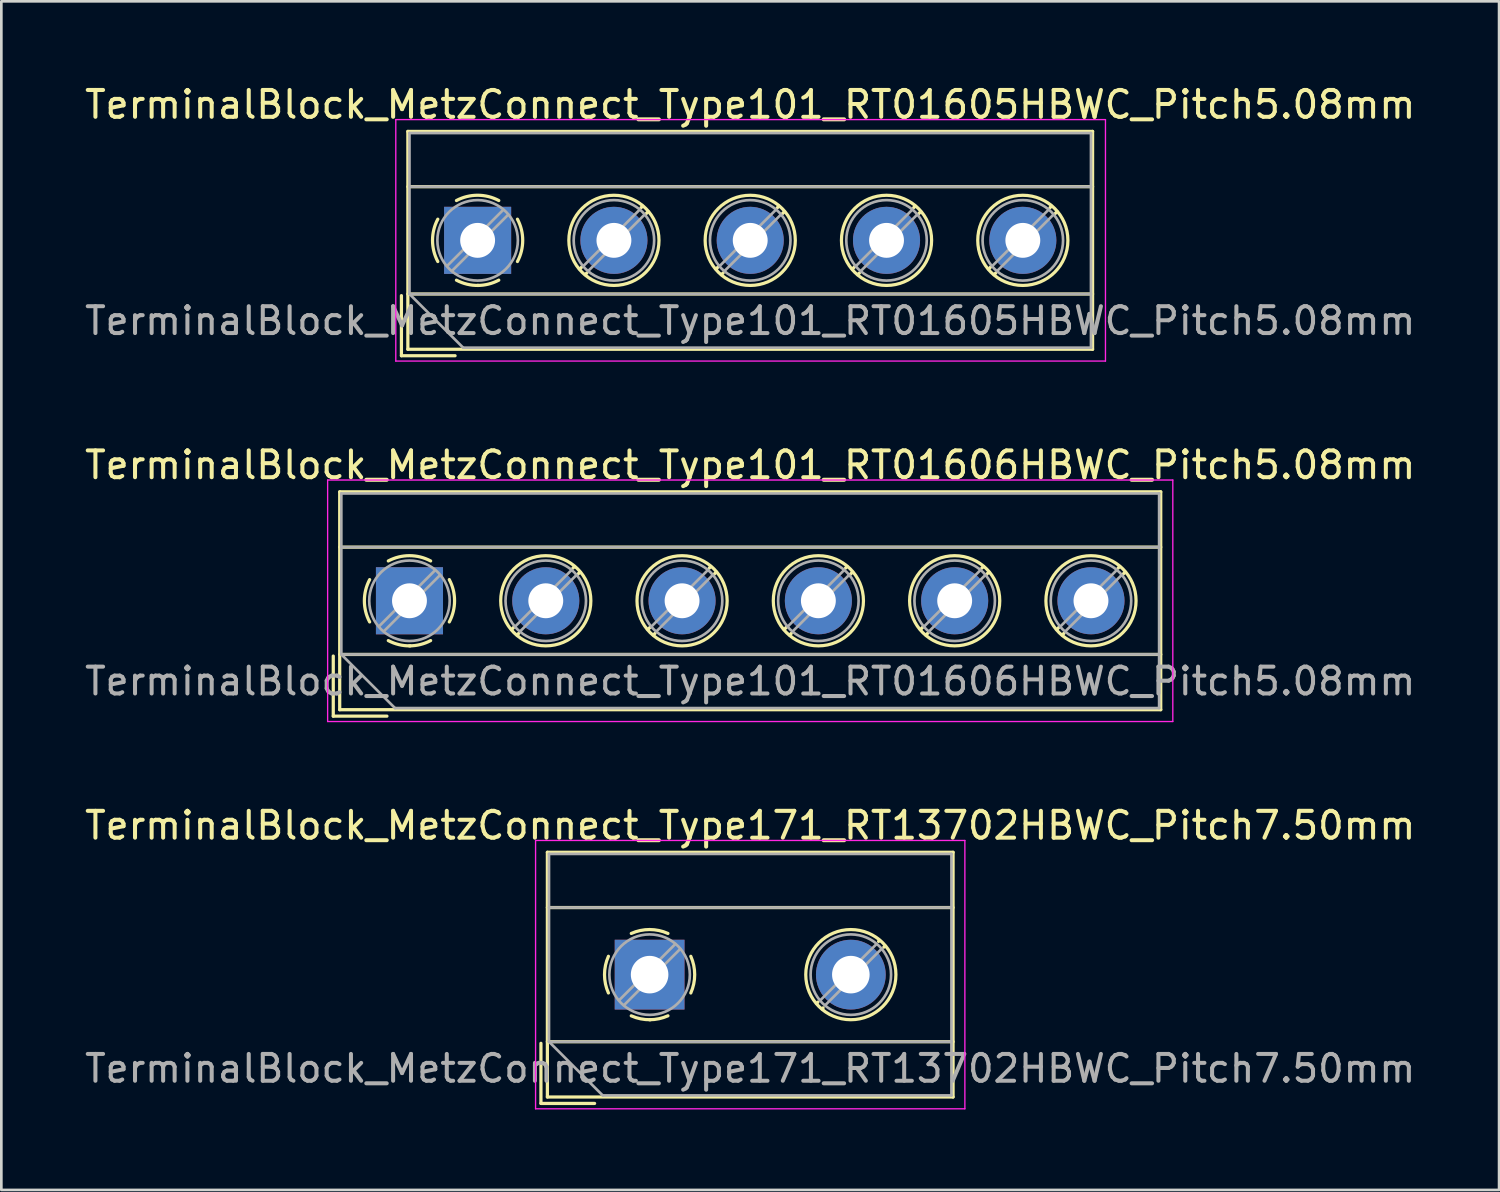
<source format=kicad_pcb>
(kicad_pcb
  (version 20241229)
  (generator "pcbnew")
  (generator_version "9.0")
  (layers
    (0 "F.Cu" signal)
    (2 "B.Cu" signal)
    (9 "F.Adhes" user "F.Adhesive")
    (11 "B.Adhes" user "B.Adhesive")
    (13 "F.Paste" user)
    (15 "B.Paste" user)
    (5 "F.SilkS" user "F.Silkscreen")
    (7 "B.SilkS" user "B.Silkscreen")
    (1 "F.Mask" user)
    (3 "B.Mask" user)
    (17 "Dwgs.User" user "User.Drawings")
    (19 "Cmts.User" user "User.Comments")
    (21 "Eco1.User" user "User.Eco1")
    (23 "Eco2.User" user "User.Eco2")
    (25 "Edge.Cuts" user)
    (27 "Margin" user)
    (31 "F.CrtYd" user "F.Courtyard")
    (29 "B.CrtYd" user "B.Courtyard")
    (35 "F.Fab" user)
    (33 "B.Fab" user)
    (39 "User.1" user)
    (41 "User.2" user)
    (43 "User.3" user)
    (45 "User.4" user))
  (footprint "TerminalBlock_MetzConnect_Type171_RT13702HBWC_Pitch7.50mm"
    (layer "F.Cu")
    (at 21.161 33.275)
    (property "Reference" "TerminalBlock_MetzConnect_Type171_RT13702HBWC_Pitch7.50mm" (at 3.75 -5.56 0) (layer "F.SilkS") (effects (font (size 1 1) (thickness 0.15))))
    (attr through_hole)
    (fp_line (start -4.05 2.56) (end -4.05 4.8) (stroke (width 0.12) (type solid)) (layer "F.SilkS"))
    (fp_line (start -4.05 4.8) (end -2.05 4.8) (stroke (width 0.12) (type solid)) (layer "F.SilkS"))
    (fp_line (start -3.81 -4.56) (end -3.81 4.56) (stroke (width 0.12) (type solid)) (layer "F.SilkS"))
    (fp_line (start -3.81 -2.5) (end 11.31 -2.5) (stroke (width 0.12) (type solid)) (layer "F.SilkS"))
    (fp_line (start -3.81 2.5) (end 11.31 2.5) (stroke (width 0.12) (type solid)) (layer "F.SilkS"))
    (fp_line (start -3.81 4.56) (end 11.31 4.56) (stroke (width 0.12) (type solid)) (layer "F.SilkS"))
    (fp_line (start 6.273 1.023) (end 6.226 1.069) (stroke (width 0.12) (type solid)) (layer "F.SilkS"))
    (fp_line (start 6.466 1.239) (end 6.431 1.274) (stroke (width 0.12) (type solid)) (layer "F.SilkS"))
    (fp_line (start 8.57 -1.275) (end 8.535 -1.239) (stroke (width 0.12) (type solid)) (layer "F.SilkS"))
    (fp_line (start 8.775 -1.069) (end 8.728 -1.023) (stroke (width 0.12) (type solid)) (layer "F.SilkS"))
    (fp_line (start 11.31 -4.56) (end -3.81 -4.56) (stroke (width 0.12) (type solid)) (layer "F.SilkS"))
    (fp_line (start 11.31 4.56) (end 11.31 -4.56) (stroke (width 0.12) (type solid)) (layer "F.SilkS"))
    (fp_arc (start -1.535427 0.683042) (mid -1.680501 -0.000524) (end -1.535 -0.684) (stroke (width 0.12) (type solid)) (layer "F.SilkS"))
    (fp_arc (start -0.683042 -1.535427) (mid 0.000524 -1.680501) (end 0.684 -1.535) (stroke (width 0.12) (type solid)) (layer "F.SilkS"))
    (fp_arc (start 0.028805 1.680253) (mid -0.335551 1.646659) (end -0.684 1.535) (stroke (width 0.12) (type solid)) (layer "F.SilkS"))
    (fp_arc (start 0.683318 1.534756) (mid 0.349292 1.643288) (end 0 1.68) (stroke (width 0.12) (type solid)) (layer "F.SilkS"))
    (fp_arc (start 1.535427 -0.683042) (mid 1.680501 0.000524) (end 1.535 0.684) (stroke (width 0.12) (type solid)) (layer "F.SilkS"))
    (fp_circle (center 7.5 0) (end 9.18 0) (stroke (width 0.12) (type solid)) (fill no) (layer "F.SilkS"))
    (fp_line (start -4.25 -5) (end -4.25 5) (stroke (width 0.05) (type solid)) (layer "F.CrtYd"))
    (fp_line (start -4.25 5) (end 11.75 5) (stroke (width 0.05) (type solid)) (layer "F.CrtYd"))
    (fp_line (start 11.75 -5) (end -4.25 -5) (stroke (width 0.05) (type solid)) (layer "F.CrtYd"))
    (fp_line (start 11.75 5) (end 11.75 -5) (stroke (width 0.05) (type solid)) (layer "F.CrtYd"))
    (fp_line (start -3.75 -4.5) (end 11.25 -4.5) (stroke (width 0.1) (type solid)) (layer "F.Fab"))
    (fp_line (start -3.75 -2.5) (end 11.25 -2.5) (stroke (width 0.1) (type solid)) (layer "F.Fab"))
    (fp_line (start -3.75 2.5) (end -3.75 -4.5) (stroke (width 0.1) (type solid)) (layer "F.Fab"))
    (fp_line (start -3.75 2.5) (end 11.25 2.5) (stroke (width 0.1) (type solid)) (layer "F.Fab"))
    (fp_line (start -1.75 4.5) (end -3.75 2.5) (stroke (width 0.1) (type solid)) (layer "F.Fab"))
    (fp_line (start 0.955 -1.138) (end -1.138 0.955) (stroke (width 0.1) (type solid)) (layer "F.Fab"))
    (fp_line (start 1.138 -0.955) (end -0.955 1.138) (stroke (width 0.1) (type solid)) (layer "F.Fab"))
    (fp_line (start 8.455 -1.138) (end 6.363 0.955) (stroke (width 0.1) (type solid)) (layer "F.Fab"))
    (fp_line (start 8.638 -0.955) (end 6.546 1.138) (stroke (width 0.1) (type solid)) (layer "F.Fab"))
    (fp_line (start 11.25 -4.5) (end 11.25 4.5) (stroke (width 0.1) (type solid)) (layer "F.Fab"))
    (fp_line (start 11.25 4.5) (end -1.75 4.5) (stroke (width 0.1) (type solid)) (layer "F.Fab"))
    (fp_circle (center 0 0) (end 1.5 0) (stroke (width 0.1) (type solid)) (fill no) (layer "F.Fab"))
    (fp_circle (center 7.5 0) (end 9 0) (stroke (width 0.1) (type solid)) (fill no) (layer "F.Fab"))
    (fp_text user "${REFERENCE}" (at 3.75 3.5 0) (layer "F.Fab") (effects (font (size 1 1) (thickness 0.15))))
    (pad "1" thru_hole rect (at 0 0) (size 2.6 2.6) (drill 1.4) (layers "*.Cu" "*.Mask"))
    (pad "2" thru_hole circle (at 7.5 0) (size 2.6 2.6) (drill 1.4) (layers "*.Cu" "*.Mask")))
  (footprint "TerminalBlock_MetzConnect_Type101_RT01605HBWC_Pitch5.08mm"
    (layer "F.Cu")
    (at 14.751 5.908)
    (property "Reference" "TerminalBlock_MetzConnect_Type101_RT01605HBWC_Pitch5.08mm" (at 10.16 -5.06 0) (layer "F.SilkS") (effects (font (size 1 1) (thickness 0.15))))
    (attr through_hole)
    (fp_line (start -2.84 2.06) (end -2.84 4.3) (stroke (width 0.12) (type solid)) (layer "F.SilkS"))
    (fp_line (start -2.84 4.3) (end -0.84 4.3) (stroke (width 0.12) (type solid)) (layer "F.SilkS"))
    (fp_line (start -2.6 -4.06) (end -2.6 4.06) (stroke (width 0.12) (type solid)) (layer "F.SilkS"))
    (fp_line (start -2.6 -2) (end 22.92 -2) (stroke (width 0.12) (type solid)) (layer "F.SilkS"))
    (fp_line (start -2.6 2) (end 22.92 2) (stroke (width 0.12) (type solid)) (layer "F.SilkS"))
    (fp_line (start -2.6 4.06) (end 22.92 4.06) (stroke (width 0.12) (type solid)) (layer "F.SilkS"))
    (fp_line (start 3.9 0.976) (end 3.806 1.069) (stroke (width 0.12) (type solid)) (layer "F.SilkS"))
    (fp_line (start 4.07 1.216) (end 4.011 1.274) (stroke (width 0.12) (type solid)) (layer "F.SilkS"))
    (fp_line (start 6.15 -1.275) (end 6.091 -1.216) (stroke (width 0.12) (type solid)) (layer "F.SilkS"))
    (fp_line (start 6.355 -1.069) (end 6.261 -0.976) (stroke (width 0.12) (type solid)) (layer "F.SilkS"))
    (fp_line (start 8.98 0.976) (end 8.886 1.069) (stroke (width 0.12) (type solid)) (layer "F.SilkS"))
    (fp_line (start 9.15 1.216) (end 9.091 1.274) (stroke (width 0.12) (type solid)) (layer "F.SilkS"))
    (fp_line (start 11.23 -1.275) (end 11.171 -1.216) (stroke (width 0.12) (type solid)) (layer "F.SilkS"))
    (fp_line (start 11.435 -1.069) (end 11.341 -0.976) (stroke (width 0.12) (type solid)) (layer "F.SilkS"))
    (fp_line (start 14.06 0.976) (end 13.966 1.069) (stroke (width 0.12) (type solid)) (layer "F.SilkS"))
    (fp_line (start 14.23 1.216) (end 14.171 1.274) (stroke (width 0.12) (type solid)) (layer "F.SilkS"))
    (fp_line (start 16.31 -1.275) (end 16.251 -1.216) (stroke (width 0.12) (type solid)) (layer "F.SilkS"))
    (fp_line (start 16.515 -1.069) (end 16.421 -0.976) (stroke (width 0.12) (type solid)) (layer "F.SilkS"))
    (fp_line (start 19.14 0.976) (end 19.046 1.069) (stroke (width 0.12) (type solid)) (layer "F.SilkS"))
    (fp_line (start 19.31 1.216) (end 19.251 1.274) (stroke (width 0.12) (type solid)) (layer "F.SilkS"))
    (fp_line (start 21.39 -1.275) (end 21.331 -1.216) (stroke (width 0.12) (type solid)) (layer "F.SilkS"))
    (fp_line (start 21.595 -1.069) (end 21.501 -0.976) (stroke (width 0.12) (type solid)) (layer "F.SilkS"))
    (fp_line (start 22.92 -4.06) (end -2.6 -4.06) (stroke (width 0.12) (type solid)) (layer "F.SilkS"))
    (fp_line (start 22.92 4.06) (end 22.92 -4.06) (stroke (width 0.12) (type solid)) (layer "F.SilkS"))
    (fp_arc (start -1.483953 0.789089) (mid -1.680708 0.00005) (end -1.484 -0.789) (stroke (width 0.12) (type solid)) (layer "F.SilkS"))
    (fp_arc (start -0.789089 -1.483953) (mid -0.00005 -1.680708) (end 0.789 -1.484) (stroke (width 0.12) (type solid)) (layer "F.SilkS"))
    (fp_arc (start 0.029383 1.68045) (mid -0.392304 1.634281) (end -0.789 1.484) (stroke (width 0.12) (type solid)) (layer "F.SilkS"))
    (fp_arc (start 0.788712 1.483352) (mid 0.406429 1.630097) (end 0 1.68) (stroke (width 0.12) (type solid)) (layer "F.SilkS"))
    (fp_arc (start 1.483953 -0.789089) (mid 1.680708 -0.00005) (end 1.484 0.789) (stroke (width 0.12) (type solid)) (layer "F.SilkS"))
    (fp_circle (center 5.08 0) (end 6.76 0) (stroke (width 0.12) (type solid)) (fill no) (layer "F.SilkS"))
    (fp_circle (center 10.16 0) (end 11.84 0) (stroke (width 0.12) (type solid)) (fill no) (layer "F.SilkS"))
    (fp_circle (center 15.24 0) (end 16.92 0) (stroke (width 0.12) (type solid)) (fill no) (layer "F.SilkS"))
    (fp_circle (center 20.32 0) (end 22 0) (stroke (width 0.12) (type solid)) (fill no) (layer "F.SilkS"))
    (fp_line (start -3.05 -4.5) (end -3.05 4.5) (stroke (width 0.05) (type solid)) (layer "F.CrtYd"))
    (fp_line (start -3.05 4.5) (end 23.4 4.5) (stroke (width 0.05) (type solid)) (layer "F.CrtYd"))
    (fp_line (start 23.4 -4.5) (end -3.05 -4.5) (stroke (width 0.05) (type solid)) (layer "F.CrtYd"))
    (fp_line (start 23.4 4.5) (end 23.4 -4.5) (stroke (width 0.05) (type solid)) (layer "F.CrtYd"))
    (fp_line (start -2.54 -4) (end 22.86 -4) (stroke (width 0.1) (type solid)) (layer "F.Fab"))
    (fp_line (start -2.54 -2) (end 22.86 -2) (stroke (width 0.1) (type solid)) (layer "F.Fab"))
    (fp_line (start -2.54 2) (end -2.54 -4) (stroke (width 0.1) (type solid)) (layer "F.Fab"))
    (fp_line (start -2.54 2) (end 22.86 2) (stroke (width 0.1) (type solid)) (layer "F.Fab"))
    (fp_line (start -0.54 4) (end -2.54 2) (stroke (width 0.1) (type solid)) (layer "F.Fab"))
    (fp_line (start 0.955 -1.138) (end -1.138 0.955) (stroke (width 0.1) (type solid)) (layer "F.Fab"))
    (fp_line (start 1.138 -0.955) (end -0.955 1.138) (stroke (width 0.1) (type solid)) (layer "F.Fab"))
    (fp_line (start 6.035 -1.138) (end 3.943 0.955) (stroke (width 0.1) (type solid)) (layer "F.Fab"))
    (fp_line (start 6.218 -0.955) (end 4.126 1.138) (stroke (width 0.1) (type solid)) (layer "F.Fab"))
    (fp_line (start 11.115 -1.138) (end 9.023 0.955) (stroke (width 0.1) (type solid)) (layer "F.Fab"))
    (fp_line (start 11.298 -0.955) (end 9.206 1.138) (stroke (width 0.1) (type solid)) (layer "F.Fab"))
    (fp_line (start 16.195 -1.138) (end 14.103 0.955) (stroke (width 0.1) (type solid)) (layer "F.Fab"))
    (fp_line (start 16.378 -0.955) (end 14.286 1.138) (stroke (width 0.1) (type solid)) (layer "F.Fab"))
    (fp_line (start 21.275 -1.138) (end 19.183 0.955) (stroke (width 0.1) (type solid)) (layer "F.Fab"))
    (fp_line (start 21.458 -0.955) (end 19.366 1.138) (stroke (width 0.1) (type solid)) (layer "F.Fab"))
    (fp_line (start 22.86 -4) (end 22.86 4) (stroke (width 0.1) (type solid)) (layer "F.Fab"))
    (fp_line (start 22.86 4) (end -0.54 4) (stroke (width 0.1) (type solid)) (layer "F.Fab"))
    (fp_circle (center 0 0) (end 1.5 0) (stroke (width 0.1) (type solid)) (fill no) (layer "F.Fab"))
    (fp_circle (center 5.08 0) (end 6.58 0) (stroke (width 0.1) (type solid)) (fill no) (layer "F.Fab"))
    (fp_circle (center 10.16 0) (end 11.66 0) (stroke (width 0.1) (type solid)) (fill no) (layer "F.Fab"))
    (fp_circle (center 15.24 0) (end 16.74 0) (stroke (width 0.1) (type solid)) (fill no) (layer "F.Fab"))
    (fp_circle (center 20.32 0) (end 21.82 0) (stroke (width 0.1) (type solid)) (fill no) (layer "F.Fab"))
    (fp_text user "${REFERENCE}" (at 10.16 3 0) (layer "F.Fab") (effects (font (size 1 1) (thickness 0.15))))
    (pad "1" thru_hole rect (at 0 0) (size 2.5 2.5) (drill 1.3) (layers "*.Cu" "*.Mask"))
    (pad "2" thru_hole circle (at 5.08 0) (size 2.5 2.5) (drill 1.3) (layers "*.Cu" "*.Mask"))
    (pad "3" thru_hole circle (at 10.16 0) (size 2.5 2.5) (drill 1.3) (layers "*.Cu" "*.Mask"))
    (pad "4" thru_hole circle (at 15.24 0) (size 2.5 2.5) (drill 1.3) (layers "*.Cu" "*.Mask"))
    (pad "5" thru_hole circle (at 20.32 0) (size 2.5 2.5) (drill 1.3) (layers "*.Cu" "*.Mask")))
  (footprint "TerminalBlock_MetzConnect_Type101_RT01606HBWC_Pitch5.08mm"
    (layer "F.Cu")
    (at 12.211 19.341)
    (property "Reference" "TerminalBlock_MetzConnect_Type101_RT01606HBWC_Pitch5.08mm" (at 12.7 -5.06 0) (layer "F.SilkS") (effects (font (size 1 1) (thickness 0.15))))
    (attr through_hole)
    (fp_line (start -2.84 2.06) (end -2.84 4.3) (stroke (width 0.12) (type solid)) (layer "F.SilkS"))
    (fp_line (start -2.84 4.3) (end -0.84 4.3) (stroke (width 0.12) (type solid)) (layer "F.SilkS"))
    (fp_line (start -2.6 -4.06) (end -2.6 4.06) (stroke (width 0.12) (type solid)) (layer "F.SilkS"))
    (fp_line (start -2.6 -2) (end 28 -2) (stroke (width 0.12) (type solid)) (layer "F.SilkS"))
    (fp_line (start -2.6 2) (end 28 2) (stroke (width 0.12) (type solid)) (layer "F.SilkS"))
    (fp_line (start -2.6 4.06) (end 28 4.06) (stroke (width 0.12) (type solid)) (layer "F.SilkS"))
    (fp_line (start 3.9 0.976) (end 3.806 1.069) (stroke (width 0.12) (type solid)) (layer "F.SilkS"))
    (fp_line (start 4.07 1.216) (end 4.011 1.274) (stroke (width 0.12) (type solid)) (layer "F.SilkS"))
    (fp_line (start 6.15 -1.275) (end 6.091 -1.216) (stroke (width 0.12) (type solid)) (layer "F.SilkS"))
    (fp_line (start 6.355 -1.069) (end 6.261 -0.976) (stroke (width 0.12) (type solid)) (layer "F.SilkS"))
    (fp_line (start 8.98 0.976) (end 8.886 1.069) (stroke (width 0.12) (type solid)) (layer "F.SilkS"))
    (fp_line (start 9.15 1.216) (end 9.091 1.274) (stroke (width 0.12) (type solid)) (layer "F.SilkS"))
    (fp_line (start 11.23 -1.275) (end 11.171 -1.216) (stroke (width 0.12) (type solid)) (layer "F.SilkS"))
    (fp_line (start 11.435 -1.069) (end 11.341 -0.976) (stroke (width 0.12) (type solid)) (layer "F.SilkS"))
    (fp_line (start 14.06 0.976) (end 13.966 1.069) (stroke (width 0.12) (type solid)) (layer "F.SilkS"))
    (fp_line (start 14.23 1.216) (end 14.171 1.274) (stroke (width 0.12) (type solid)) (layer "F.SilkS"))
    (fp_line (start 16.31 -1.275) (end 16.251 -1.216) (stroke (width 0.12) (type solid)) (layer "F.SilkS"))
    (fp_line (start 16.515 -1.069) (end 16.421 -0.976) (stroke (width 0.12) (type solid)) (layer "F.SilkS"))
    (fp_line (start 19.14 0.976) (end 19.046 1.069) (stroke (width 0.12) (type solid)) (layer "F.SilkS"))
    (fp_line (start 19.31 1.216) (end 19.251 1.274) (stroke (width 0.12) (type solid)) (layer "F.SilkS"))
    (fp_line (start 21.39 -1.275) (end 21.331 -1.216) (stroke (width 0.12) (type solid)) (layer "F.SilkS"))
    (fp_line (start 21.595 -1.069) (end 21.501 -0.976) (stroke (width 0.12) (type solid)) (layer "F.SilkS"))
    (fp_line (start 24.22 0.976) (end 24.126 1.069) (stroke (width 0.12) (type solid)) (layer "F.SilkS"))
    (fp_line (start 24.39 1.216) (end 24.331 1.274) (stroke (width 0.12) (type solid)) (layer "F.SilkS"))
    (fp_line (start 26.47 -1.275) (end 26.411 -1.216) (stroke (width 0.12) (type solid)) (layer "F.SilkS"))
    (fp_line (start 26.675 -1.069) (end 26.581 -0.976) (stroke (width 0.12) (type solid)) (layer "F.SilkS"))
    (fp_line (start 28 -4.06) (end -2.6 -4.06) (stroke (width 0.12) (type solid)) (layer "F.SilkS"))
    (fp_line (start 28 4.06) (end 28 -4.06) (stroke (width 0.12) (type solid)) (layer "F.SilkS"))
    (fp_arc (start -1.483953 0.789089) (mid -1.680708 0.00005) (end -1.484 -0.789) (stroke (width 0.12) (type solid)) (layer "F.SilkS"))
    (fp_arc (start -0.789089 -1.483953) (mid -0.00005 -1.680708) (end 0.789 -1.484) (stroke (width 0.12) (type solid)) (layer "F.SilkS"))
    (fp_arc (start 0.029383 1.68045) (mid -0.392304 1.634281) (end -0.789 1.484) (stroke (width 0.12) (type solid)) (layer "F.SilkS"))
    (fp_arc (start 0.788712 1.483352) (mid 0.406429 1.630097) (end 0 1.68) (stroke (width 0.12) (type solid)) (layer "F.SilkS"))
    (fp_arc (start 1.483953 -0.789089) (mid 1.680708 -0.00005) (end 1.484 0.789) (stroke (width 0.12) (type solid)) (layer "F.SilkS"))
    (fp_circle (center 5.08 0) (end 6.76 0) (stroke (width 0.12) (type solid)) (fill no) (layer "F.SilkS"))
    (fp_circle (center 10.16 0) (end 11.84 0) (stroke (width 0.12) (type solid)) (fill no) (layer "F.SilkS"))
    (fp_circle (center 15.24 0) (end 16.92 0) (stroke (width 0.12) (type solid)) (fill no) (layer "F.SilkS"))
    (fp_circle (center 20.32 0) (end 22 0) (stroke (width 0.12) (type solid)) (fill no) (layer "F.SilkS"))
    (fp_circle (center 25.4 0) (end 27.08 0) (stroke (width 0.12) (type solid)) (fill no) (layer "F.SilkS"))
    (fp_line (start -3.05 -4.5) (end -3.05 4.5) (stroke (width 0.05) (type solid)) (layer "F.CrtYd"))
    (fp_line (start -3.05 4.5) (end 28.45 4.5) (stroke (width 0.05) (type solid)) (layer "F.CrtYd"))
    (fp_line (start 28.45 -4.5) (end -3.05 -4.5) (stroke (width 0.05) (type solid)) (layer "F.CrtYd"))
    (fp_line (start 28.45 4.5) (end 28.45 -4.5) (stroke (width 0.05) (type solid)) (layer "F.CrtYd"))
    (fp_line (start -2.54 -4) (end 27.94 -4) (stroke (width 0.1) (type solid)) (layer "F.Fab"))
    (fp_line (start -2.54 -2) (end 27.94 -2) (stroke (width 0.1) (type solid)) (layer "F.Fab"))
    (fp_line (start -2.54 2) (end -2.54 -4) (stroke (width 0.1) (type solid)) (layer "F.Fab"))
    (fp_line (start -2.54 2) (end 27.94 2) (stroke (width 0.1) (type solid)) (layer "F.Fab"))
    (fp_line (start -0.54 4) (end -2.54 2) (stroke (width 0.1) (type solid)) (layer "F.Fab"))
    (fp_line (start 0.955 -1.138) (end -1.138 0.955) (stroke (width 0.1) (type solid)) (layer "F.Fab"))
    (fp_line (start 1.138 -0.955) (end -0.955 1.138) (stroke (width 0.1) (type solid)) (layer "F.Fab"))
    (fp_line (start 6.035 -1.138) (end 3.943 0.955) (stroke (width 0.1) (type solid)) (layer "F.Fab"))
    (fp_line (start 6.218 -0.955) (end 4.126 1.138) (stroke (width 0.1) (type solid)) (layer "F.Fab"))
    (fp_line (start 11.115 -1.138) (end 9.023 0.955) (stroke (width 0.1) (type solid)) (layer "F.Fab"))
    (fp_line (start 11.298 -0.955) (end 9.206 1.138) (stroke (width 0.1) (type solid)) (layer "F.Fab"))
    (fp_line (start 16.195 -1.138) (end 14.103 0.955) (stroke (width 0.1) (type solid)) (layer "F.Fab"))
    (fp_line (start 16.378 -0.955) (end 14.286 1.138) (stroke (width 0.1) (type solid)) (layer "F.Fab"))
    (fp_line (start 21.275 -1.138) (end 19.183 0.955) (stroke (width 0.1) (type solid)) (layer "F.Fab"))
    (fp_line (start 21.458 -0.955) (end 19.366 1.138) (stroke (width 0.1) (type solid)) (layer "F.Fab"))
    (fp_line (start 26.355 -1.138) (end 24.263 0.955) (stroke (width 0.1) (type solid)) (layer "F.Fab"))
    (fp_line (start 26.538 -0.955) (end 24.446 1.138) (stroke (width 0.1) (type solid)) (layer "F.Fab"))
    (fp_line (start 27.94 -4) (end 27.94 4) (stroke (width 0.1) (type solid)) (layer "F.Fab"))
    (fp_line (start 27.94 4) (end -0.54 4) (stroke (width 0.1) (type solid)) (layer "F.Fab"))
    (fp_circle (center 0 0) (end 1.5 0) (stroke (width 0.1) (type solid)) (fill no) (layer "F.Fab"))
    (fp_circle (center 5.08 0) (end 6.58 0) (stroke (width 0.1) (type solid)) (fill no) (layer "F.Fab"))
    (fp_circle (center 10.16 0) (end 11.66 0) (stroke (width 0.1) (type solid)) (fill no) (layer "F.Fab"))
    (fp_circle (center 15.24 0) (end 16.74 0) (stroke (width 0.1) (type solid)) (fill no) (layer "F.Fab"))
    (fp_circle (center 20.32 0) (end 21.82 0) (stroke (width 0.1) (type solid)) (fill no) (layer "F.Fab"))
    (fp_circle (center 25.4 0) (end 26.9 0) (stroke (width 0.1) (type solid)) (fill no) (layer "F.Fab"))
    (fp_text user "${REFERENCE}" (at 12.7 3 0) (layer "F.Fab") (effects (font (size 1 1) (thickness 0.15))))
    (pad "1" thru_hole rect (at 0 0) (size 2.5 2.5) (drill 1.3) (layers "*.Cu" "*.Mask"))
    (pad "2" thru_hole circle (at 5.08 0) (size 2.5 2.5) (drill 1.3) (layers "*.Cu" "*.Mask"))
    (pad "3" thru_hole circle (at 10.16 0) (size 2.5 2.5) (drill 1.3) (layers "*.Cu" "*.Mask"))
    (pad "4" thru_hole circle (at 15.24 0) (size 2.5 2.5) (drill 1.3) (layers "*.Cu" "*.Mask"))
    (pad "5" thru_hole circle (at 20.32 0) (size 2.5 2.5) (drill 1.3) (layers "*.Cu" "*.Mask"))
    (pad "6" thru_hole circle (at 25.4 0) (size 2.5 2.5) (drill 1.3) (layers "*.Cu" "*.Mask")))
  (gr_rect
    (start -3 -3)
    (end 52.821 41.3)
    (stroke (width 0.1) (type default))
    (fill no)
    (layer "Edge.Cuts")))
</source>
